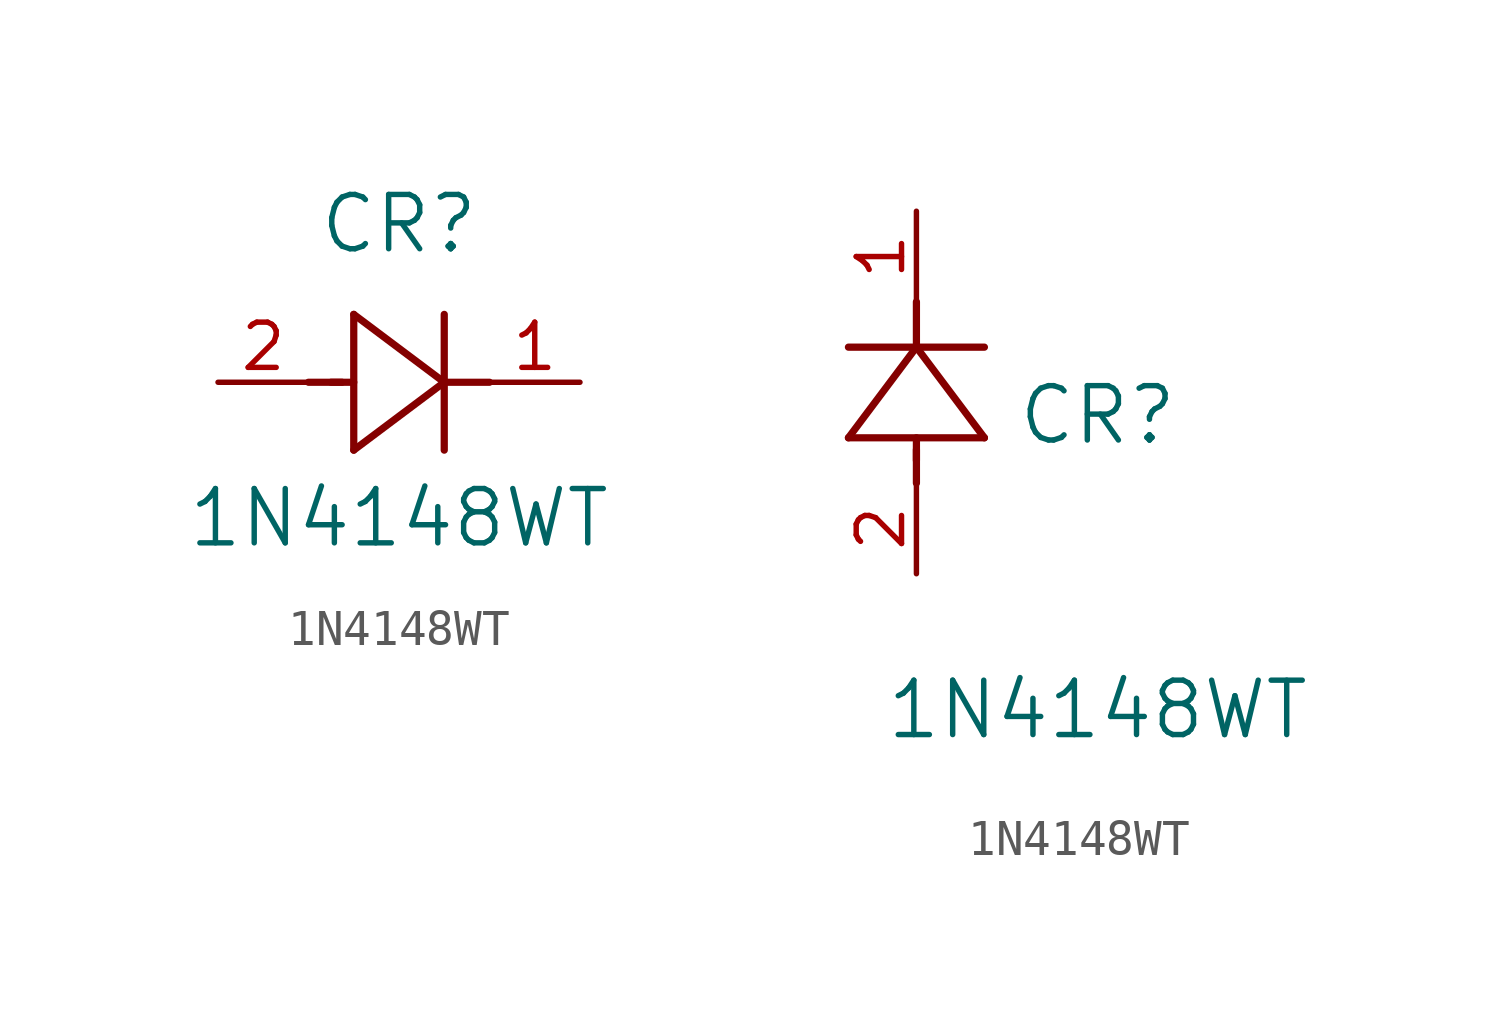
<source format=kicad_sym>
(kicad_symbol_lib
  (version 20211014)
  (generator kicad_symbol_editor)
  (symbol "1N4148WT"
    (pin_names
      (offset 0.254))
    (property "Reference" "CR"
      (at 5.08 4.445 0)
      (effects (font (size 1.524 1.524))))
    (property "Value" "1N4148WT"
      (at 5.08 -3.81 0)
      (effects (font (size 1.524 1.524))))
    (symbol "1N4148WT_1_1"
      (polyline (pts (xy 2.54 0) (xy 3.48 0)) (stroke (width 0.203) (type default) (color 0 0 0 0)) (fill (type none)))
      (polyline (pts (xy 3.81 1.905) (xy 3.81 -1.905)) (stroke (width 0.203) (type default) (color 0 0 0 0)) (fill (type none)))
      (polyline (pts (xy 3.175 0) (xy 3.81 0)) (stroke (width 0.203) (type default) (color 0 0 0 0)) (fill (type none)))
      (polyline (pts (xy 6.35 -1.905) (xy 6.35 1.905)) (stroke (width 0.203) (type default) (color 0 0 0 0)) (fill (type none)))
      (polyline (pts (xy 6.35 0) (xy 7.62 0)) (stroke (width 0.203) (type default) (color 0 0 0 0)) (fill (type none)))
      (polyline (pts (xy 6.35 0) (xy 3.81 1.905)) (stroke (width 0.203) (type default) (color 0 0 0 0)) (fill (type none)))
      (polyline (pts (xy 3.81 -1.905) (xy 6.35 0)) (stroke (width 0.203) (type default) (color 0 0 0 0)) (fill (type none)))
      (pin unspecified line (at 0 0 0) (length 2.54) (name "" (effects (font (size 1.27 1.27)))) (number "2" (effects (font (size 1.27 1.27)))))
      (pin unspecified line (at 10.16 0 180) (length 2.54) (name "" (effects (font (size 1.27 1.27)))) (number "1" (effects (font (size 1.27 1.27))))))
    (symbol "1N4148WT_1_2"
      (polyline (pts (xy 0 2.54) (xy 0 3.48)) (stroke (width 0.203) (type default) (color 0 0 0 0)) (fill (type none)))
      (polyline (pts (xy -1.905 3.81) (xy 1.905 3.81)) (stroke (width 0.203) (type default) (color 0 0 0 0)) (fill (type none)))
      (polyline (pts (xy 0 3.175) (xy 0 3.81)) (stroke (width 0.203) (type default) (color 0 0 0 0)) (fill (type none)))
      (polyline (pts (xy 1.905 6.35) (xy -1.905 6.35)) (stroke (width 0.203) (type default) (color 0 0 0 0)) (fill (type none)))
      (polyline (pts (xy 0 6.35) (xy 0 7.62)) (stroke (width 0.203) (type default) (color 0 0 0 0)) (fill (type none)))
      (polyline (pts (xy 0 6.35) (xy -1.905 3.81)) (stroke (width 0.203) (type default) (color 0 0 0 0)) (fill (type none)))
      (polyline (pts (xy 1.905 3.81) (xy 0 6.35)) (stroke (width 0.203) (type default) (color 0 0 0 0)) (fill (type none)))
      (pin unspecified line (at 0 0 90) (length 2.54) (name "" (effects (font (size 1.27 1.27)))) (number "2" (effects (font (size 1.27 1.27)))))
      (pin unspecified line (at 0 10.16 270) (length 2.54) (name "" (effects (font (size 1.27 1.27)))) (number "1" (effects (font (size 1.27 1.27))))))))
</source>
